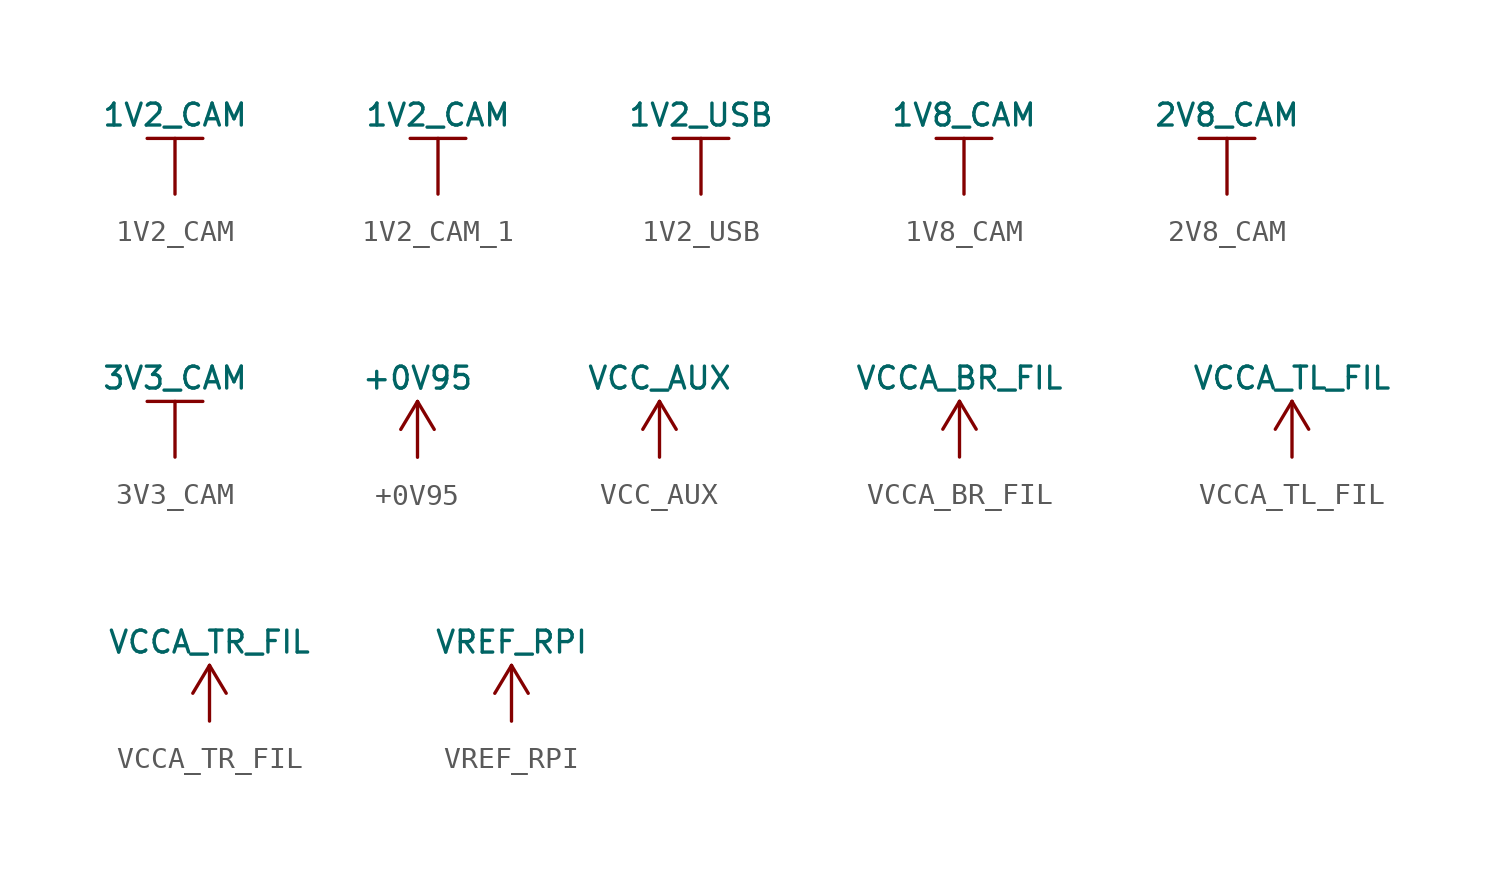
<source format=kicad_sym>
(kicad_symbol_lib
  (version 20230620)
  (generator kicad_symbol_editor)
  (symbol "1V2_CAM"
    (power)
    (pin_names
      (offset 0))
    (property "Reference" "#PWR?"
      (at 0 -3.81 0)
      (effects (font (size 1.27 1.27)) hide))
    (property "Value" "1V2_CAM"
      (at 0 3.605 0)
      (effects (font (size 1 1))))
    (symbol "1V2_CAM_0_1"
      (polyline (pts (xy -1.27 2.54) (xy 1.27 2.54)) (stroke (width 0) (type default)) (fill (type none)))
      (polyline (pts (xy 0 0) (xy 0 2.54)) (stroke (width 0) (type default)) (fill (type none))))
    (symbol "1V2_CAM_1_1"
      (pin power_in line (at 0 0 90) (length 0) hide (name "1V2_CAM" (effects (font (size 1.27 1.27)))) (number "1" (effects (font (size 1.27 1.27)))))))
  (symbol "1V2_CAM_1"
    (power)
    (pin_names
      (offset 0))
    (property "Reference" "#PWR?"
      (at 0 -3.81 0)
      (effects (font (size 1.27 1.27)) hide))
    (property "Value" "1V2_CAM"
      (at 0 3.605 0)
      (effects (font (size 1 1))))
    (symbol "1V2_CAM_1_0_1"
      (polyline (pts (xy -1.27 2.54) (xy 1.27 2.54)) (stroke (width 0) (type default)) (fill (type none)))
      (polyline (pts (xy 0 0) (xy 0 2.54)) (stroke (width 0) (type default)) (fill (type none))))
    (symbol "1V2_CAM_1_1_1"
      (pin power_in line (at 0 0 90) (length 0) hide (name "1V2_CAM" (effects (font (size 1.27 1.27)))) (number "1" (effects (font (size 1.27 1.27)))))))
  (symbol "1V2_USB"
    (power)
    (pin_names
      (offset 0))
    (property "Reference" "#PWR?"
      (at 0 -3.81 0)
      (effects (font (size 1.27 1.27)) hide))
    (property "Value" "1V2_USB"
      (at 0 3.605 0)
      (effects (font (size 1 1))))
    (symbol "1V2_USB_0_1"
      (polyline (pts (xy -1.27 2.54) (xy 1.27 2.54)) (stroke (width 0) (type default)) (fill (type none)))
      (polyline (pts (xy 0 0) (xy 0 2.54)) (stroke (width 0) (type default)) (fill (type none))))
    (symbol "1V2_USB_1_1"
      (pin power_in line (at 0 0 90) (length 0) hide (name "1V2_USB" (effects (font (size 1.27 1.27)))) (number "1" (effects (font (size 1.27 1.27)))))))
  (symbol "1V8_CAM"
    (power)
    (pin_names
      (offset 0))
    (property "Reference" "#PWR?"
      (at 0 -3.81 0)
      (effects (font (size 1.27 1.27)) hide))
    (property "Value" "1V8_CAM"
      (at 0 3.605 0)
      (effects (font (size 1 1))))
    (symbol "1V8_CAM_0_1"
      (polyline (pts (xy -1.27 2.54) (xy 1.27 2.54)) (stroke (width 0) (type default)) (fill (type none)))
      (polyline (pts (xy 0 0) (xy 0 2.54)) (stroke (width 0) (type default)) (fill (type none))))
    (symbol "1V8_CAM_1_1"
      (pin power_in line (at 0 0 90) (length 0) hide (name "1V8_CAM" (effects (font (size 1.27 1.27)))) (number "1" (effects (font (size 1.27 1.27)))))))
  (symbol "2V8_CAM"
    (power)
    (pin_names
      (offset 0))
    (property "Reference" "#PWR?"
      (at 0 -3.81 0)
      (effects (font (size 1.27 1.27)) hide))
    (property "Value" "2V8_CAM"
      (at 0 3.605 0)
      (effects (font (size 1 1))))
    (symbol "2V8_CAM_0_1"
      (polyline (pts (xy -1.27 2.54) (xy 1.27 2.54)) (stroke (width 0) (type default)) (fill (type none)))
      (polyline (pts (xy 0 0) (xy 0 2.54)) (stroke (width 0) (type default)) (fill (type none))))
    (symbol "2V8_CAM_1_1"
      (pin power_in line (at 0 0 90) (length 0) hide (name "2V8_CAM" (effects (font (size 1.27 1.27)))) (number "1" (effects (font (size 1.27 1.27)))))))
  (symbol "3V3_CAM"
    (power)
    (pin_names
      (offset 0))
    (property "Reference" "#PWR?"
      (at 0 -3.81 0)
      (effects (font (size 1.27 1.27)) hide))
    (property "Value" "3V3_CAM"
      (at 0 3.605 0)
      (effects (font (size 1 1))))
    (symbol "3V3_CAM_0_1"
      (polyline (pts (xy -1.27 2.54) (xy 1.27 2.54)) (stroke (width 0) (type default)) (fill (type none)))
      (polyline (pts (xy 0 0) (xy 0 2.54)) (stroke (width 0) (type default)) (fill (type none))))
    (symbol "3V3_CAM_1_1"
      (pin power_in line (at 0 0 90) (length 0) hide (name "3V3_CAM" (effects (font (size 1.27 1.27)))) (number "1" (effects (font (size 1.27 1.27)))))))
  (symbol "+0V95"
    (power)
    (pin_names
      (offset 0))
    (property "Reference" "#PWR?"
      (at 0 -3.81 0)
      (effects (font (size 1.27 1.27)) hide))
    (property "Value" "+0V95"
      (at 0 3.605 0)
      (effects (font (size 1 1))))
    (symbol "+0V95_0_1"
      (polyline (pts (xy -0.762 1.27) (xy 0 2.54)) (stroke (width 0) (type default)) (fill (type none)))
      (polyline (pts (xy 0 0) (xy 0 2.54)) (stroke (width 0) (type default)) (fill (type none)))
      (polyline (pts (xy 0 2.54) (xy 0.762 1.27)) (stroke (width 0) (type default)) (fill (type none))))
    (symbol "+0V95_1_1"
      (pin power_in line (at 0 0 90) (length 0) hide (name "+0V95" (effects (font (size 1.27 1.27)))) (number "1" (effects (font (size 1.27 1.27)))))))
  (symbol "VCC_AUX"
    (power)
    (pin_names
      (offset 0))
    (property "Reference" "#PWR?"
      (at 0 -3.81 0)
      (effects (font (size 1.27 1.27)) hide))
    (property "Value" "VCC_AUX"
      (at 0 3.605 0)
      (effects (font (size 1 1))))
    (symbol "VCC_AUX_0_1"
      (polyline (pts (xy -0.762 1.27) (xy 0 2.54)) (stroke (width 0) (type default)) (fill (type none)))
      (polyline (pts (xy 0 0) (xy 0 2.54)) (stroke (width 0) (type default)) (fill (type none)))
      (polyline (pts (xy 0 2.54) (xy 0.762 1.27)) (stroke (width 0) (type default)) (fill (type none))))
    (symbol "VCC_AUX_1_1"
      (pin power_in line (at 0 0 90) (length 0) hide (name "VCC_AUX" (effects (font (size 1.27 1.27)))) (number "1" (effects (font (size 1.27 1.27)))))))
  (symbol "VCCA_BR_FIL"
    (power)
    (pin_names
      (offset 0))
    (property "Reference" "#PWR?"
      (at 0 -3.81 0)
      (effects (font (size 1.27 1.27)) hide))
    (property "Value" "VCCA_BR_FIL"
      (at 0 3.605 0)
      (effects (font (size 1 1))))
    (symbol "VCCA_BR_FIL_0_1"
      (polyline (pts (xy -0.762 1.27) (xy 0 2.54)) (stroke (width 0) (type default)) (fill (type none)))
      (polyline (pts (xy 0 0) (xy 0 2.54)) (stroke (width 0) (type default)) (fill (type none)))
      (polyline (pts (xy 0 2.54) (xy 0.762 1.27)) (stroke (width 0) (type default)) (fill (type none))))
    (symbol "VCCA_BR_FIL_1_1"
      (pin power_in line (at 0 0 90) (length 0) hide (name "VCCA_BR_FIL" (effects (font (size 1.27 1.27)))) (number "1" (effects (font (size 1.27 1.27)))))))
  (symbol "VCCA_TL_FIL"
    (power)
    (pin_names
      (offset 0))
    (property "Reference" "#PWR?"
      (at 0 -3.81 0)
      (effects (font (size 1.27 1.27)) hide))
    (property "Value" "VCCA_TL_FIL"
      (at 0 3.605 0)
      (effects (font (size 1 1))))
    (symbol "VCCA_TL_FIL_0_1"
      (polyline (pts (xy -0.762 1.27) (xy 0 2.54)) (stroke (width 0) (type default)) (fill (type none)))
      (polyline (pts (xy 0 0) (xy 0 2.54)) (stroke (width 0) (type default)) (fill (type none)))
      (polyline (pts (xy 0 2.54) (xy 0.762 1.27)) (stroke (width 0) (type default)) (fill (type none))))
    (symbol "VCCA_TL_FIL_1_1"
      (pin power_in line (at 0 0 90) (length 0) hide (name "VCCA_TL_FIL" (effects (font (size 1.27 1.27)))) (number "1" (effects (font (size 1.27 1.27)))))))
  (symbol "VCCA_TR_FIL"
    (power)
    (pin_names
      (offset 0))
    (property "Reference" "#PWR?"
      (at 0 -3.81 0)
      (effects (font (size 1.27 1.27)) hide))
    (property "Value" "VCCA_TR_FIL"
      (at 0 3.605 0)
      (effects (font (size 1 1))))
    (symbol "VCCA_TR_FIL_0_1"
      (polyline (pts (xy -0.762 1.27) (xy 0 2.54)) (stroke (width 0) (type default)) (fill (type none)))
      (polyline (pts (xy 0 0) (xy 0 2.54)) (stroke (width 0) (type default)) (fill (type none)))
      (polyline (pts (xy 0 2.54) (xy 0.762 1.27)) (stroke (width 0) (type default)) (fill (type none))))
    (symbol "VCCA_TR_FIL_1_1"
      (pin power_in line (at 0 0 90) (length 0) hide (name "VCCA_TR_FIL" (effects (font (size 1.27 1.27)))) (number "1" (effects (font (size 1.27 1.27)))))))
  (symbol "VREF_RPI"
    (power)
    (pin_names
      (offset 0))
    (property "Reference" "#PWR?"
      (at 0 -3.81 0)
      (effects (font (size 1.27 1.27)) hide))
    (property "Value" "VREF_RPI"
      (at 0 3.605 0)
      (effects (font (size 1 1))))
    (symbol "VREF_RPI_0_1"
      (polyline (pts (xy -0.762 1.27) (xy 0 2.54)) (stroke (width 0) (type default)) (fill (type none)))
      (polyline (pts (xy 0 0) (xy 0 2.54)) (stroke (width 0) (type default)) (fill (type none)))
      (polyline (pts (xy 0 2.54) (xy 0.762 1.27)) (stroke (width 0) (type default)) (fill (type none))))
    (symbol "VREF_RPI_1_1"
      (pin power_in line (at 0 0 90) (length 0) hide (name "VREF_RPI" (effects (font (size 1.27 1.27)))) (number "1" (effects (font (size 1.27 1.27))))))))
</source>
